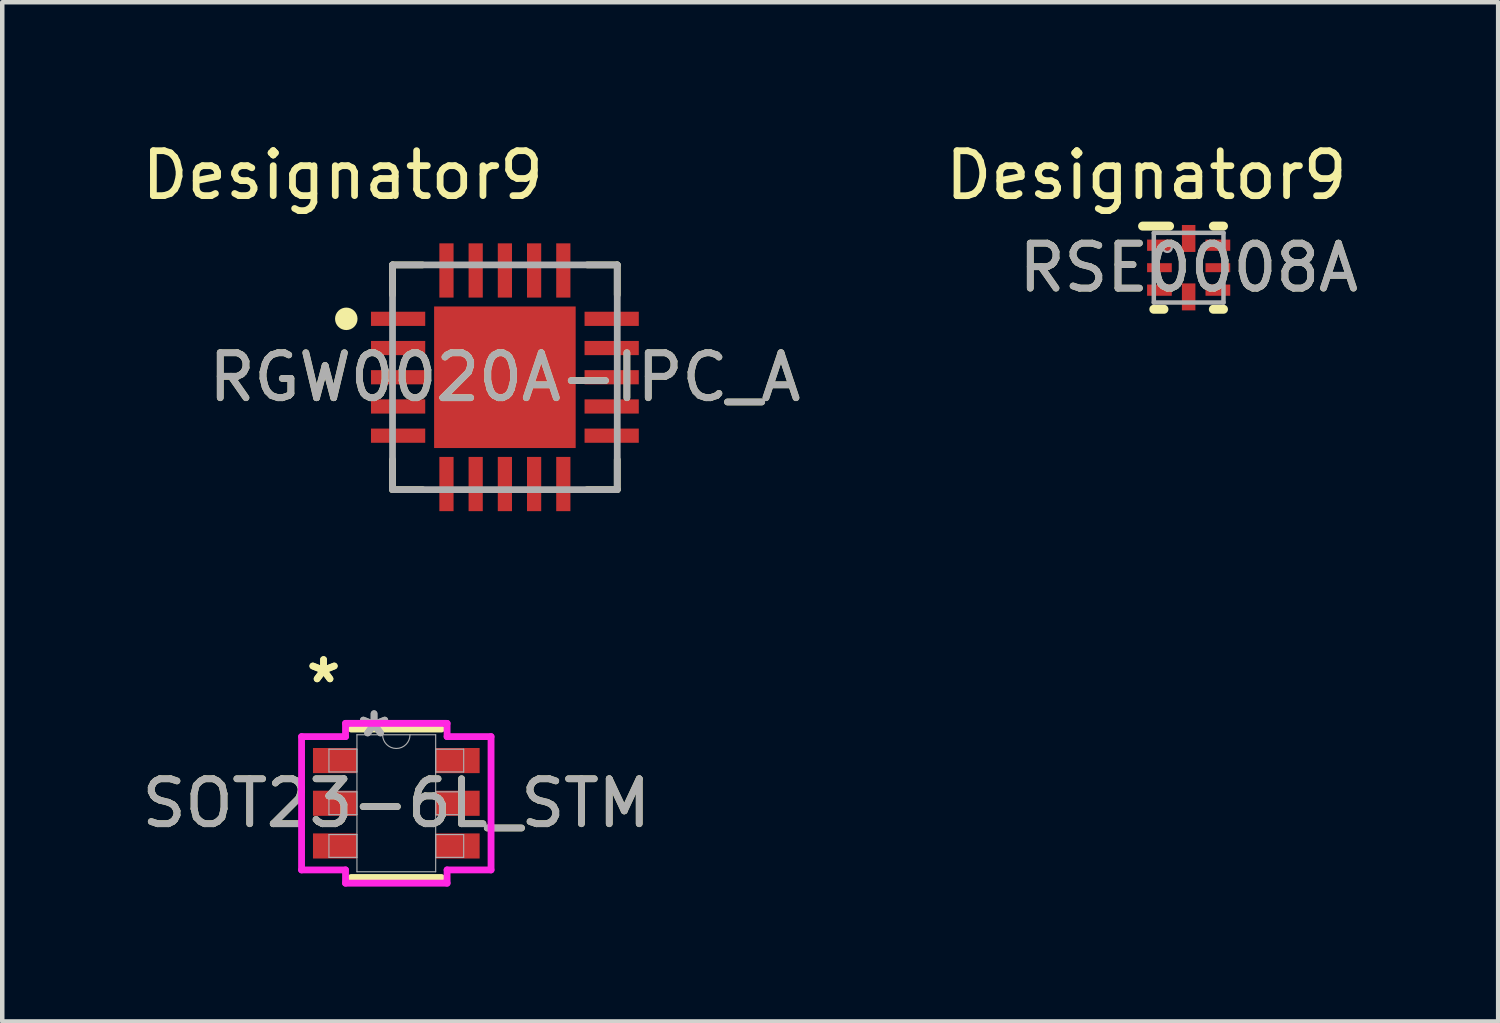
<source format=kicad_pcb>
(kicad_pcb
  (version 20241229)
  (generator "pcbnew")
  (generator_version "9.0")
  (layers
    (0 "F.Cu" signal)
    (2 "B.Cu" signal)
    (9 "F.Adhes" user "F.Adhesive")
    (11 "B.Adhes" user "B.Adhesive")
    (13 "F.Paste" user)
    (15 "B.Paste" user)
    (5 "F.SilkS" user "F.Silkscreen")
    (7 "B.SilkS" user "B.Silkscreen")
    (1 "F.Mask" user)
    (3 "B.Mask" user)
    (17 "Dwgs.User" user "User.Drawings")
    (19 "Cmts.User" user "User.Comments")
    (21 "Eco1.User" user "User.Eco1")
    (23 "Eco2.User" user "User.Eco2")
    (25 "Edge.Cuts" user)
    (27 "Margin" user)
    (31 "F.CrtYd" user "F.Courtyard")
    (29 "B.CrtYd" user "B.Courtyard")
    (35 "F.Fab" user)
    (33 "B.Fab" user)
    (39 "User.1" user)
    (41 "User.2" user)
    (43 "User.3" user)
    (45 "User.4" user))
  (footprint "RGW0020A-IPC_A"
    (layer "F.Cu")
    (at 8.184 5.344)
    (property "Reference" "RGW0020A-IPC_A" (at 0 0 0) (unlocked yes) (layer "F.SilkS") (effects (font (size 1 1) (thickness 0.15))))
    (attr smd)
    (fp_line (start -2.5 -2.5) (end -1.833 -2.5) (stroke (width 0.15) (type solid)) (layer "F.SilkS"))
    (fp_line (start -2.5 -1.833) (end -2.5 -2.5) (stroke (width 0.15) (type solid)) (layer "F.SilkS"))
    (fp_line (start -2.5 2.5) (end -2.5 1.833) (stroke (width 0.15) (type solid)) (layer "F.SilkS"))
    (fp_line (start -2.5 2.5) (end -1.833 2.5) (stroke (width 0.15) (type solid)) (layer "F.SilkS"))
    (fp_line (start 1.833 -2.5) (end 2.5 -2.5) (stroke (width 0.15) (type solid)) (layer "F.SilkS"))
    (fp_line (start 1.833 2.5) (end 2.5 2.5) (stroke (width 0.15) (type solid)) (layer "F.SilkS"))
    (fp_line (start 2.5 -1.833) (end 2.5 -2.5) (stroke (width 0.15) (type solid)) (layer "F.SilkS"))
    (fp_line (start 2.5 2.5) (end 2.5 1.833) (stroke (width 0.15) (type solid)) (layer "F.SilkS"))
    (fp_circle (center -3.529 -1.3) (end -3.404 -1.3) (stroke (width 0.25) (type solid)) (fill no) (layer "F.SilkS"))
    (fp_poly (pts (xy -0.996 0.996) (xy 0.996 0.996) (xy 0.996 -0.996) (xy -0.996 -0.996)) (stroke (width 0) (type solid)) (fill yes) (layer "F.Paste"))
    (fp_line (start -2.5 -2.5) (end 2.5 -2.5) (stroke (width 0.15) (type solid)) (layer "F.Fab"))
    (fp_line (start -2.5 2.5) (end -2.5 -2.5) (stroke (width 0.15) (type solid)) (layer "F.Fab"))
    (fp_line (start -2.5 2.5) (end 2.5 2.5) (stroke (width 0.15) (type solid)) (layer "F.Fab"))
    (fp_line (start 2.5 2.5) (end 2.5 -2.5) (stroke (width 0.15) (type solid)) (layer "F.Fab"))
    (fp_text user "Designator9" (at -3.607 -4.496 0) (unlocked yes) (layer "F.SilkS") (effects (font (size 1 1) (thickness 0.15))))
    (fp_text user "${REFERENCE}" (at 0 0 0) (unlocked yes) (layer "F.Fab") (effects (font (size 1 1) (thickness 0.15))))
    (pad "1" smd rect (at -2.376 -1.3 90) (size 0.316 1.207) (layers "F.Cu" "F.Mask" "F.Paste"))
    (pad "2" smd rect (at -2.376 -0.65 90) (size 0.316 1.207) (layers "F.Cu" "F.Mask" "F.Paste"))
    (pad "3" smd rect (at -2.376 0 90) (size 0.316 1.207) (layers "F.Cu" "F.Mask" "F.Paste"))
    (pad "4" smd rect (at -2.376 0.65 90) (size 0.316 1.207) (layers "F.Cu" "F.Mask" "F.Paste"))
    (pad "5" smd rect (at -2.376 1.3 90) (size 0.316 1.207) (layers "F.Cu" "F.Mask" "F.Paste"))
    (pad "6" smd rect (at -1.3 2.376) (size 0.316 1.207) (layers "F.Cu" "F.Mask" "F.Paste"))
    (pad "7" smd rect (at -0.65 2.376) (size 0.316 1.207) (layers "F.Cu" "F.Mask" "F.Paste"))
    (pad "8" smd rect (at 0 2.376) (size 0.316 1.207) (layers "F.Cu" "F.Mask" "F.Paste"))
    (pad "9" smd rect (at 0.65 2.376) (size 0.316 1.207) (layers "F.Cu" "F.Mask" "F.Paste"))
    (pad "10" smd rect (at 1.3 2.376) (size 0.316 1.207) (layers "F.Cu" "F.Mask" "F.Paste"))
    (pad "11" smd rect (at 2.376 1.3 90) (size 0.316 1.207) (layers "F.Cu" "F.Mask" "F.Paste"))
    (pad "12" smd rect (at 2.376 0.65 90) (size 0.316 1.207) (layers "F.Cu" "F.Mask" "F.Paste"))
    (pad "13" smd rect (at 2.376 0 90) (size 0.316 1.207) (layers "F.Cu" "F.Mask" "F.Paste"))
    (pad "14" smd rect (at 2.376 -0.65 90) (size 0.316 1.207) (layers "F.Cu" "F.Mask" "F.Paste"))
    (pad "15" smd rect (at 2.376 -1.3 90) (size 0.316 1.207) (layers "F.Cu" "F.Mask" "F.Paste"))
    (pad "16" smd rect (at 1.3 -2.376) (size 0.316 1.207) (layers "F.Cu" "F.Mask" "F.Paste"))
    (pad "17" smd rect (at 0.65 -2.376) (size 0.316 1.207) (layers "F.Cu" "F.Mask" "F.Paste"))
    (pad "18" smd rect (at 0 -2.376) (size 0.316 1.207) (layers "F.Cu" "F.Mask" "F.Paste"))
    (pad "19" smd rect (at -0.65 -2.376) (size 0.316 1.207) (layers "F.Cu" "F.Mask" "F.Paste"))
    (pad "20" smd rect (at -1.3 -2.376) (size 0.316 1.207) (layers "F.Cu" "F.Mask" "F.Paste"))
    (pad "21" smd rect (at 0 0) (size 3.15 3.15) (layers "F.Cu" "F.Mask")))
  (footprint "SOT23-6L_STM"
    (layer "F.Cu")
    (at 5.768 14.823)
    (property "Reference" "SOT23-6L_STM" (at 0 0 0) (unlocked yes) (layer "F.SilkS") (effects (font (size 1 1) (thickness 0.15))))
    (attr smd)
    (fp_line (start -1.003 1.651) (end 1.003 1.651) (stroke (width 0.152) (type solid)) (layer "F.SilkS"))
    (fp_line (start 1.003 -1.651) (end -1.003 -1.651) (stroke (width 0.152) (type solid)) (layer "F.SilkS"))
    (fp_line (start -2.108 -1.483) (end -1.13 -1.483) (stroke (width 0.152) (type solid)) (layer "F.CrtYd"))
    (fp_line (start -2.108 1.483) (end -2.108 -1.483) (stroke (width 0.152) (type solid)) (layer "F.CrtYd"))
    (fp_line (start -2.108 1.483) (end -1.13 1.483) (stroke (width 0.152) (type solid)) (layer "F.CrtYd"))
    (fp_line (start -1.13 -1.778) (end 1.13 -1.778) (stroke (width 0.152) (type solid)) (layer "F.CrtYd"))
    (fp_line (start -1.13 -1.483) (end -1.13 -1.778) (stroke (width 0.152) (type solid)) (layer "F.CrtYd"))
    (fp_line (start -1.13 1.778) (end -1.13 1.483) (stroke (width 0.152) (type solid)) (layer "F.CrtYd"))
    (fp_line (start 1.13 -1.778) (end 1.13 -1.483) (stroke (width 0.152) (type solid)) (layer "F.CrtYd"))
    (fp_line (start 1.13 1.483) (end 1.13 1.778) (stroke (width 0.152) (type solid)) (layer "F.CrtYd"))
    (fp_line (start 1.13 1.778) (end -1.13 1.778) (stroke (width 0.152) (type solid)) (layer "F.CrtYd"))
    (fp_line (start 2.108 -1.483) (end 1.13 -1.483) (stroke (width 0.152) (type solid)) (layer "F.CrtYd"))
    (fp_line (start 2.108 -1.483) (end 2.108 1.483) (stroke (width 0.152) (type solid)) (layer "F.CrtYd"))
    (fp_line (start 2.108 1.483) (end 1.13 1.483) (stroke (width 0.152) (type solid)) (layer "F.CrtYd"))
    (fp_line (start -1.499 -1.204) (end -1.499 -0.696) (stroke (width 0.025) (type solid)) (layer "F.Fab"))
    (fp_line (start -1.499 -0.696) (end -0.876 -0.696) (stroke (width 0.025) (type solid)) (layer "F.Fab"))
    (fp_line (start -1.499 -0.254) (end -1.499 0.254) (stroke (width 0.025) (type solid)) (layer "F.Fab"))
    (fp_line (start -1.499 0.254) (end -0.876 0.254) (stroke (width 0.025) (type solid)) (layer "F.Fab"))
    (fp_line (start -1.499 0.696) (end -1.499 1.204) (stroke (width 0.025) (type solid)) (layer "F.Fab"))
    (fp_line (start -1.499 1.204) (end -0.876 1.204) (stroke (width 0.025) (type solid)) (layer "F.Fab"))
    (fp_line (start -0.876 -1.524) (end -0.876 1.524) (stroke (width 0.025) (type solid)) (layer "F.Fab"))
    (fp_line (start -0.876 -1.204) (end -1.499 -1.204) (stroke (width 0.025) (type solid)) (layer "F.Fab"))
    (fp_line (start -0.876 -0.696) (end -0.876 -1.204) (stroke (width 0.025) (type solid)) (layer "F.Fab"))
    (fp_line (start -0.876 -0.254) (end -1.499 -0.254) (stroke (width 0.025) (type solid)) (layer "F.Fab"))
    (fp_line (start -0.876 0.254) (end -0.876 -0.254) (stroke (width 0.025) (type solid)) (layer "F.Fab"))
    (fp_line (start -0.876 0.696) (end -1.499 0.696) (stroke (width 0.025) (type solid)) (layer "F.Fab"))
    (fp_line (start -0.876 1.204) (end -0.876 0.696) (stroke (width 0.025) (type solid)) (layer "F.Fab"))
    (fp_line (start -0.876 1.524) (end 0.876 1.524) (stroke (width 0.025) (type solid)) (layer "F.Fab"))
    (fp_line (start 0.876 -1.524) (end -0.876 -1.524) (stroke (width 0.025) (type solid)) (layer "F.Fab"))
    (fp_line (start 0.876 -1.204) (end 0.876 -0.696) (stroke (width 0.025) (type solid)) (layer "F.Fab"))
    (fp_line (start 0.876 -0.696) (end 1.499 -0.696) (stroke (width 0.025) (type solid)) (layer "F.Fab"))
    (fp_line (start 0.876 -0.254) (end 0.876 0.254) (stroke (width 0.025) (type solid)) (layer "F.Fab"))
    (fp_line (start 0.876 0.254) (end 1.499 0.254) (stroke (width 0.025) (type solid)) (layer "F.Fab"))
    (fp_line (start 0.876 0.696) (end 0.876 1.204) (stroke (width 0.025) (type solid)) (layer "F.Fab"))
    (fp_line (start 0.876 1.204) (end 1.499 1.204) (stroke (width 0.025) (type solid)) (layer "F.Fab"))
    (fp_line (start 0.876 1.524) (end 0.876 -1.524) (stroke (width 0.025) (type solid)) (layer "F.Fab"))
    (fp_line (start 1.499 -1.204) (end 0.876 -1.204) (stroke (width 0.025) (type solid)) (layer "F.Fab"))
    (fp_line (start 1.499 -0.696) (end 1.499 -1.204) (stroke (width 0.025) (type solid)) (layer "F.Fab"))
    (fp_line (start 1.499 -0.254) (end 0.876 -0.254) (stroke (width 0.025) (type solid)) (layer "F.Fab"))
    (fp_line (start 1.499 0.254) (end 1.499 -0.254) (stroke (width 0.025) (type solid)) (layer "F.Fab"))
    (fp_line (start 1.499 0.696) (end 0.876 0.696) (stroke (width 0.025) (type solid)) (layer "F.Fab"))
    (fp_line (start 1.499 1.204) (end 1.499 0.696) (stroke (width 0.025) (type solid)) (layer "F.Fab"))
    (fp_arc (start 0.3048 -1.524) (mid 0 -1.2192) (end -0.3048 -1.524) (stroke (width 0.0254) (type solid)) (layer "F.Fab"))
    (fp_text user "*" (at -1.619 -2.652 0) (unlocked yes) (layer "F.SilkS") (effects (font (size 1 1) (thickness 0.15))))
    (fp_text user "*" (at -1.619 -2.652 0) (layer "F.SilkS") (effects (font (size 1 1) (thickness 0.15))))
    (fp_text user "${REFERENCE}" (at 0 0 0) (unlocked yes) (layer "F.Fab") (effects (font (size 1 1) (thickness 0.15))))
    (fp_text user "*" (at -0.495 -1.448 0) (unlocked yes) (layer "F.Fab") (effects (font (size 1 1) (thickness 0.15))))
    (fp_text user "*" (at -0.495 -1.448 0) (layer "F.Fab") (effects (font (size 1 1) (thickness 0.15))))
    (pad "1" smd rect (at -1.365 -0.95) (size 0.978 0.559) (layers "F.Cu" "F.Mask" "F.Paste"))
    (pad "2" smd rect (at -1.365 0) (size 0.978 0.559) (layers "F.Cu" "F.Mask" "F.Paste"))
    (pad "3" smd rect (at -1.365 0.95) (size 0.978 0.559) (layers "F.Cu" "F.Mask" "F.Paste"))
    (pad "4" smd rect (at 1.365 0.95) (size 0.978 0.559) (layers "F.Cu" "F.Mask" "F.Paste"))
    (pad "5" smd rect (at 1.365 0) (size 0.978 0.559) (layers "F.Cu" "F.Mask" "F.Paste"))
    (pad "6" smd rect (at 1.365 -0.95) (size 0.978 0.559) (layers "F.Cu" "F.Mask" "F.Paste")))
  (footprint "RSE0008A"
    (layer "F.Cu")
    (at 23.398 2.906)
    (property "Reference" "RSE0008A" (at 0 0 0) (unlocked yes) (layer "F.SilkS") (effects (font (size 1 1) (thickness 0.15))))
    (attr smd)
    (fp_line (start -1.025 -0.925) (end -0.425 -0.925) (stroke (width 0.2) (type solid)) (layer "F.SilkS"))
    (fp_line (start -0.775 0.925) (end -0.55 0.925) (stroke (width 0.2) (type solid)) (layer "F.SilkS"))
    (fp_line (start 0.55 -0.925) (end 0.775 -0.925) (stroke (width 0.2) (type solid)) (layer "F.SilkS"))
    (fp_line (start 0.55 0.925) (end 0.775 0.925) (stroke (width 0.2) (type solid)) (layer "F.SilkS"))
    (fp_line (start -0.775 -0.775) (end 0.775 -0.775) (stroke (width 0.1) (type solid)) (layer "F.Fab"))
    (fp_line (start -0.775 0.775) (end -0.775 -0.775) (stroke (width 0.1) (type solid)) (layer "F.Fab"))
    (fp_line (start -0.775 0.775) (end 0.775 0.775) (stroke (width 0.1) (type solid)) (layer "F.Fab"))
    (fp_line (start 0.775 0.775) (end 0.775 -0.775) (stroke (width 0.1) (type solid)) (layer "F.Fab"))
    (fp_circle (center -0.475 -0.45) (end -0.375 -0.45) (stroke (width 0.05) (type solid)) (fill no) (layer "F.Fab"))
    (fp_text user "Designator9" (at -0.94 -2.057 0) (unlocked yes) (layer "F.SilkS") (effects (font (size 1 1) (thickness 0.15))))
    (fp_text user "${REFERENCE}" (at 0 0 0) (unlocked yes) (layer "F.Fab") (effects (font (size 1 1) (thickness 0.15))))
    (pad "1" smd rect (at -0.65 -0.5 90) (size 0.25 0.55) (layers "F.Cu" "F.Mask" "F.Paste"))
    (pad "2" smd rect (at -0.65 0 90) (size 0.2 0.55) (layers "F.Cu" "F.Mask" "F.Paste"))
    (pad "3" smd rect (at -0.65 0.5 90) (size 0.25 0.55) (layers "F.Cu" "F.Mask" "F.Paste"))
    (pad "4" smd rect (at 0 0.65) (size 0.3 0.6) (layers "F.Cu" "F.Mask" "F.Paste"))
    (pad "5" smd rect (at 0.65 0.5 90) (size 0.25 0.55) (layers "F.Cu" "F.Mask" "F.Paste"))
    (pad "6" smd rect (at 0.65 0 90) (size 0.2 0.55) (layers "F.Cu" "F.Mask" "F.Paste"))
    (pad "7" smd rect (at 0.65 -0.5 90) (size 0.25 0.55) (layers "F.Cu" "F.Mask" "F.Paste"))
    (pad "8" smd rect (at 0 -0.65) (size 0.3 0.6) (layers "F.Cu" "F.Mask" "F.Paste")))
  (gr_rect
    (start -3 -3)
    (end 30.285 19.677)
    (stroke (width 0.1) (type default))
    (fill no)
    (layer "Edge.Cuts")))
</source>
